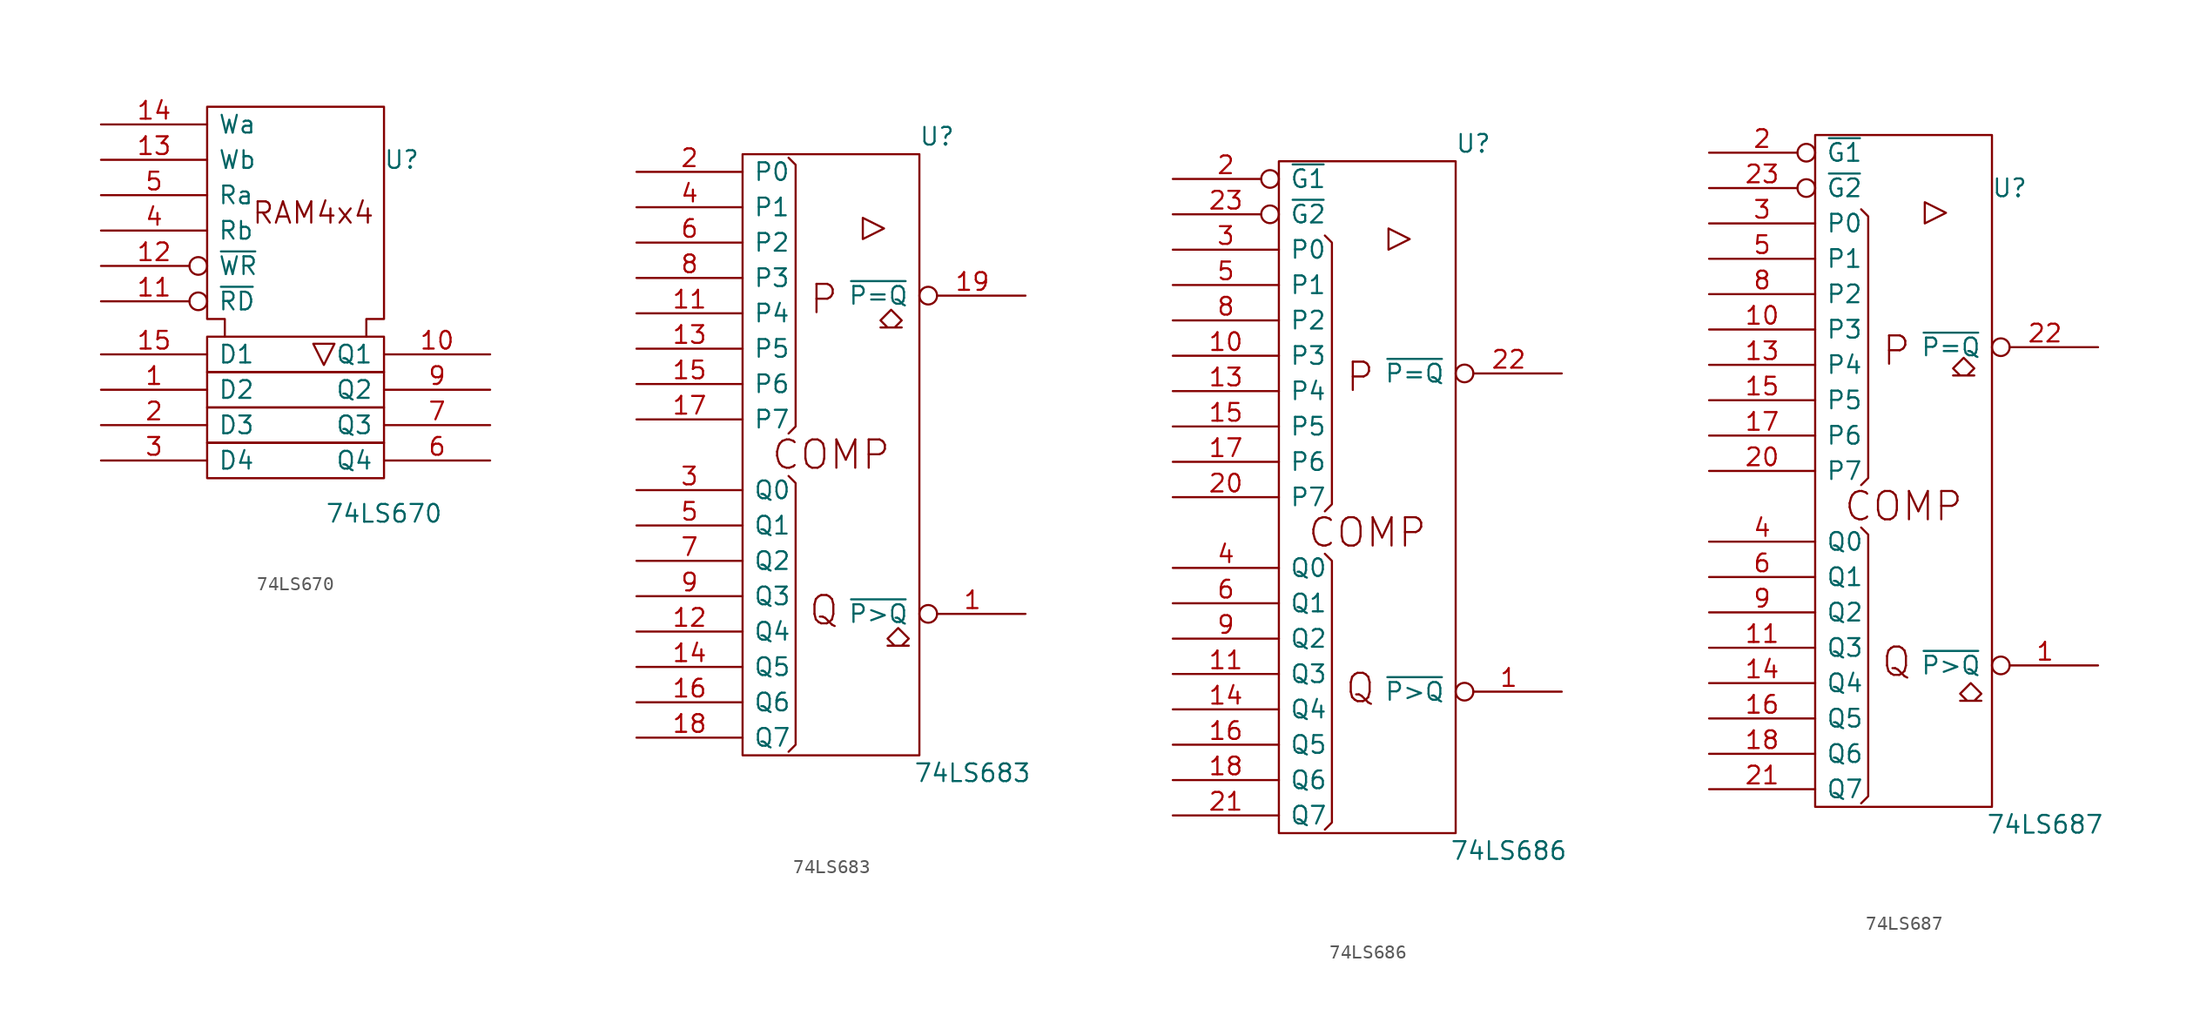
<source format=kicad_sym>
(kicad_symbol_lib
  (version 20211014)
  (generator kicad_symbol_editor)
  (symbol "74LS670"
    (pin_names
      (offset 0.762))
    (property "Reference" "U"
      (at 7.62 10.16 0)
      (effects (font (size 1.27 1.27))))
    (property "Value" "74LS670"
      (at 6.35 -15.24 0)
      (effects (font (size 1.27 1.27))))
    (symbol "74LS670_0_0"
      (rectangle (start -6.35 -10.16) (end 6.35 -12.7) (stroke (width 0) (type default) (color 0 0 0 0)) (fill (type none)))
      (rectangle (start -6.35 -7.62) (end 6.35 -10.16) (stroke (width 0) (type default) (color 0 0 0 0)) (fill (type none)))
      (rectangle (start -6.35 -5.08) (end 6.35 -7.62) (stroke (width 0) (type default) (color 0 0 0 0)) (fill (type none)))
      (polyline (pts (xy 2.794 -3.048) (xy 1.27 -3.048) (xy 2.032 -4.572) (xy 2.794 -3.048) (xy 2.794 -3.048)) (stroke (width 0) (type default) (color 0 0 0 0)) (fill (type none)))
      (polyline (pts (xy -5.08 -2.54) (xy -5.08 -1.27) (xy -6.35 -1.27) (xy -6.35 13.97) (xy 6.35 13.97) (xy 6.35 -1.27) (xy 5.08 -1.27) (xy 5.08 -2.54) (xy 5.08 -2.54)) (stroke (width 0) (type default) (color 0 0 0 0)) (fill (type none)))
      (text "RAM4x4" (at 1.27 6.35 0) (effects (font (size 1.524 1.524))))
      (pin power_in line (at 3.81 13.97 270) (length 0) hide (name "VCC" (effects (font (size 1.27 1.27)))) (number "16" (effects (font (size 1.27 1.27)))))
      (pin power_in line (at 0 13.97 270) (length 0) hide (name "GND" (effects (font (size 1.27 1.27)))) (number "8" (effects (font (size 1.27 1.27))))))
    (symbol "74LS670_0_1"
      (rectangle (start -6.35 -2.54) (end 6.35 -5.08) (stroke (width 0) (type default) (color 0 0 0 0)) (fill (type none))))
    (symbol "74LS670_1_1"
      (pin input line (at -13.97 -6.35 0) (length 7.62) (name "D2" (effects (font (size 1.27 1.27)))) (number "1" (effects (font (size 1.27 1.27)))))
      (pin tri_state line (at 13.97 -3.81 180) (length 7.62) (name "Q1" (effects (font (size 1.27 1.27)))) (number "10" (effects (font (size 1.27 1.27)))))
      (pin input inverted (at -13.97 0 0) (length 7.62) (name "~{RD}" (effects (font (size 1.27 1.27)))) (number "11" (effects (font (size 1.27 1.27)))))
      (pin input inverted (at -13.97 2.54 0) (length 7.62) (name "~{WR}" (effects (font (size 1.27 1.27)))) (number "12" (effects (font (size 1.27 1.27)))))
      (pin input line (at -13.97 10.16 0) (length 7.62) (name "Wb" (effects (font (size 1.27 1.27)))) (number "13" (effects (font (size 1.27 1.27)))))
      (pin input line (at -13.97 12.7 0) (length 7.62) (name "Wa" (effects (font (size 1.27 1.27)))) (number "14" (effects (font (size 1.27 1.27)))))
      (pin input line (at -13.97 -3.81 0) (length 7.62) (name "D1" (effects (font (size 1.27 1.27)))) (number "15" (effects (font (size 1.27 1.27)))))
      (pin input line (at -13.97 -8.89 0) (length 7.62) (name "D3" (effects (font (size 1.27 1.27)))) (number "2" (effects (font (size 1.27 1.27)))))
      (pin input line (at -13.97 -11.43 0) (length 7.62) (name "D4" (effects (font (size 1.27 1.27)))) (number "3" (effects (font (size 1.27 1.27)))))
      (pin input line (at -13.97 5.08 0) (length 7.62) (name "Rb" (effects (font (size 1.27 1.27)))) (number "4" (effects (font (size 1.27 1.27)))))
      (pin input line (at -13.97 7.62 0) (length 7.62) (name "Ra" (effects (font (size 1.27 1.27)))) (number "5" (effects (font (size 1.27 1.27)))))
      (pin tri_state line (at 13.97 -11.43 180) (length 7.62) (name "Q4" (effects (font (size 1.27 1.27)))) (number "6" (effects (font (size 1.27 1.27)))))
      (pin tri_state line (at 13.97 -8.89 180) (length 7.62) (name "Q3" (effects (font (size 1.27 1.27)))) (number "7" (effects (font (size 1.27 1.27)))))
      (pin tri_state line (at 13.97 -6.35 180) (length 7.62) (name "Q2" (effects (font (size 1.27 1.27)))) (number "9" (effects (font (size 1.27 1.27)))))))
  (symbol "74LS683"
    (pin_names
      (offset 0.762))
    (property "Reference" "U"
      (at 7.62 22.86 0)
      (effects (font (size 1.27 1.27))))
    (property "Value" "74LS683"
      (at 10.16 -22.86 0)
      (effects (font (size 1.27 1.27))))
    (symbol "74LS683_0_0"
      (polyline (pts (xy 2.286 17.018) (xy 2.286 15.494) (xy 3.81 16.256) (xy 2.286 17.018) (xy 2.286 17.018)) (stroke (width 0) (type default) (color 0 0 0 0)) (fill (type none)))
      (polyline (pts (xy 4.318 10.414) (xy 5.08 9.652) (xy 4.572 9.144) (xy 5.08 9.144) (xy 3.556 9.144) (xy 4.064 9.144) (xy 3.556 9.652) (xy 4.318 10.414) (xy 4.318 10.414)) (stroke (width 0) (type default) (color 0 0 0 0)) (fill (type none)))
      (polyline (pts (xy 4.826 -12.446) (xy 5.588 -13.208) (xy 5.08 -13.716) (xy 5.588 -13.716) (xy 4.064 -13.716) (xy 4.572 -13.716) (xy 4.064 -13.208) (xy 4.826 -12.446) (xy 4.826 -12.446)) (stroke (width 0) (type default) (color 0 0 0 0)) (fill (type none)))
      (text "COMP" (at 0 0 0) (effects (font (size 2.032 2.032))))
      (text "P" (at -0.508 11.176 0) (effects (font (size 2.032 2.032))))
      (text "Q" (at -0.508 -11.176 0) (effects (font (size 2.032 2.032)))))
    (symbol "74LS683_0_1"
      (rectangle (start -6.35 21.59) (end 6.35 -21.59) (stroke (width 0) (type default) (color 0 0 0 0)) (fill (type none)))
      (polyline (pts (xy -3.048 -1.524) (xy -2.54 -2.032) (xy -2.54 -20.828) (xy -3.048 -21.336) (xy -3.048 -21.336)) (stroke (width 0) (type default) (color 0 0 0 0)) (fill (type none)))
      (polyline (pts (xy -3.048 21.336) (xy -2.54 20.828) (xy -2.54 2.032) (xy -3.048 1.524) (xy -3.048 1.524)) (stroke (width 0) (type default) (color 0 0 0 0)) (fill (type none))))
    (symbol "74LS683_1_1"
      (pin output inverted (at 13.97 -11.43 180) (length 7.62) (name "~{P>Q}" (effects (font (size 1.27 1.27)))) (number "1" (effects (font (size 1.27 1.27)))))
      (pin power_in line (at 0 -21.59 90) (length 0) hide (name "Gnd" (effects (font (size 1.27 1.27)))) (number "10" (effects (font (size 1.27 1.27)))))
      (pin input line (at -13.97 10.16 0) (length 7.62) (name "P4" (effects (font (size 1.27 1.27)))) (number "11" (effects (font (size 1.27 1.27)))))
      (pin input line (at -13.97 -12.7 0) (length 7.62) (name "Q4" (effects (font (size 1.27 1.27)))) (number "12" (effects (font (size 1.27 1.27)))))
      (pin input line (at -13.97 7.62 0) (length 7.62) (name "P5" (effects (font (size 1.27 1.27)))) (number "13" (effects (font (size 1.27 1.27)))))
      (pin input line (at -13.97 -15.24 0) (length 7.62) (name "Q5" (effects (font (size 1.27 1.27)))) (number "14" (effects (font (size 1.27 1.27)))))
      (pin input line (at -13.97 5.08 0) (length 7.62) (name "P6" (effects (font (size 1.27 1.27)))) (number "15" (effects (font (size 1.27 1.27)))))
      (pin input line (at -13.97 -17.78 0) (length 7.62) (name "Q6" (effects (font (size 1.27 1.27)))) (number "16" (effects (font (size 1.27 1.27)))))
      (pin input line (at -13.97 2.54 0) (length 7.62) (name "P7" (effects (font (size 1.27 1.27)))) (number "17" (effects (font (size 1.27 1.27)))))
      (pin input line (at -13.97 -20.32 0) (length 7.62) (name "Q7" (effects (font (size 1.27 1.27)))) (number "18" (effects (font (size 1.27 1.27)))))
      (pin output inverted (at 13.97 11.43 180) (length 7.62) (name "~{P=Q}" (effects (font (size 1.27 1.27)))) (number "19" (effects (font (size 1.27 1.27)))))
      (pin input line (at -13.97 20.32 0) (length 7.62) (name "P0" (effects (font (size 1.27 1.27)))) (number "2" (effects (font (size 1.27 1.27)))))
      (pin power_in line (at 0 21.59 270) (length 0) hide (name "Vcc" (effects (font (size 1.27 1.27)))) (number "20" (effects (font (size 1.27 1.27)))))
      (pin input line (at -13.97 -2.54 0) (length 7.62) (name "Q0" (effects (font (size 1.27 1.27)))) (number "3" (effects (font (size 1.27 1.27)))))
      (pin input line (at -13.97 17.78 0) (length 7.62) (name "P1" (effects (font (size 1.27 1.27)))) (number "4" (effects (font (size 1.27 1.27)))))
      (pin input line (at -13.97 -5.08 0) (length 7.62) (name "Q1" (effects (font (size 1.27 1.27)))) (number "5" (effects (font (size 1.27 1.27)))))
      (pin input line (at -13.97 15.24 0) (length 7.62) (name "P2" (effects (font (size 1.27 1.27)))) (number "6" (effects (font (size 1.27 1.27)))))
      (pin input line (at -13.97 -7.62 0) (length 7.62) (name "Q2" (effects (font (size 1.27 1.27)))) (number "7" (effects (font (size 1.27 1.27)))))
      (pin input line (at -13.97 12.7 0) (length 7.62) (name "P3" (effects (font (size 1.27 1.27)))) (number "8" (effects (font (size 1.27 1.27)))))
      (pin input line (at -13.97 -10.16 0) (length 7.62) (name "Q3" (effects (font (size 1.27 1.27)))) (number "9" (effects (font (size 1.27 1.27)))))))
  (symbol "74LS686"
    (pin_names
      (offset 0.762))
    (property "Reference" "U"
      (at 7.62 27.94 0)
      (effects (font (size 1.27 1.27))))
    (property "Value" "74LS686"
      (at 10.16 -22.86 0)
      (effects (font (size 1.27 1.27))))
    (symbol "74LS686_0_0"
      (rectangle (start -6.35 26.67) (end 6.35 -21.59) (stroke (width 0) (type default) (color 0 0 0 0)) (fill (type none)))
      (polyline (pts (xy 1.524 21.844) (xy 1.524 20.32) (xy 3.048 21.082) (xy 1.524 21.844) (xy 1.524 21.844)) (stroke (width 0) (type default) (color 0 0 0 0)) (fill (type none)))
      (text "COMP" (at 0 0 0) (effects (font (size 2.032 2.032))))
      (text "P" (at -0.508 11.176 0) (effects (font (size 2.032 2.032))))
      (text "Q" (at -0.508 -11.176 0) (effects (font (size 2.032 2.032)))))
    (symbol "74LS686_0_1"
      (polyline (pts (xy -3.048 -1.524) (xy -2.54 -2.032) (xy -2.54 -20.828) (xy -3.048 -21.336) (xy -3.048 -21.336)) (stroke (width 0) (type default) (color 0 0 0 0)) (fill (type none)))
      (polyline (pts (xy -3.048 21.336) (xy -2.54 20.828) (xy -2.54 2.032) (xy -3.048 1.524) (xy -3.048 1.524)) (stroke (width 0) (type default) (color 0 0 0 0)) (fill (type none))))
    (symbol "74LS686_1_1"
      (pin output inverted (at 13.97 -11.43 180) (length 7.62) (name "~{P>Q}" (effects (font (size 1.27 1.27)))) (number "1" (effects (font (size 1.27 1.27)))))
      (pin input line (at -13.97 12.7 0) (length 7.62) (name "P3" (effects (font (size 1.27 1.27)))) (number "10" (effects (font (size 1.27 1.27)))))
      (pin input line (at -13.97 -10.16 0) (length 7.62) (name "Q3" (effects (font (size 1.27 1.27)))) (number "11" (effects (font (size 1.27 1.27)))))
      (pin power_in line (at 0 -21.59 90) (length 0) hide (name "Gnd" (effects (font (size 1.27 1.27)))) (number "12" (effects (font (size 1.27 1.27)))))
      (pin input line (at -13.97 10.16 0) (length 7.62) (name "P4" (effects (font (size 1.27 1.27)))) (number "13" (effects (font (size 1.27 1.27)))))
      (pin input line (at -13.97 -12.7 0) (length 7.62) (name "Q4" (effects (font (size 1.27 1.27)))) (number "14" (effects (font (size 1.27 1.27)))))
      (pin input line (at -13.97 7.62 0) (length 7.62) (name "P5" (effects (font (size 1.27 1.27)))) (number "15" (effects (font (size 1.27 1.27)))))
      (pin input line (at -13.97 -15.24 0) (length 7.62) (name "Q5" (effects (font (size 1.27 1.27)))) (number "16" (effects (font (size 1.27 1.27)))))
      (pin input line (at -13.97 5.08 0) (length 7.62) (name "P6" (effects (font (size 1.27 1.27)))) (number "17" (effects (font (size 1.27 1.27)))))
      (pin input line (at -13.97 -17.78 0) (length 7.62) (name "Q6" (effects (font (size 1.27 1.27)))) (number "18" (effects (font (size 1.27 1.27)))))
      (pin input inverted (at -13.97 25.4 0) (length 7.62) (name "~{G1}" (effects (font (size 1.27 1.27)))) (number "2" (effects (font (size 1.27 1.27)))))
      (pin input line (at -13.97 2.54 0) (length 7.62) (name "P7" (effects (font (size 1.27 1.27)))) (number "20" (effects (font (size 1.27 1.27)))))
      (pin input line (at -13.97 -20.32 0) (length 7.62) (name "Q7" (effects (font (size 1.27 1.27)))) (number "21" (effects (font (size 1.27 1.27)))))
      (pin output inverted (at 13.97 11.43 180) (length 7.62) (name "~{P=Q}" (effects (font (size 1.27 1.27)))) (number "22" (effects (font (size 1.27 1.27)))))
      (pin input inverted (at -13.97 22.86 0) (length 7.62) (name "~{G2}" (effects (font (size 1.27 1.27)))) (number "23" (effects (font (size 1.27 1.27)))))
      (pin power_in line (at 0 26.67 270) (length 0) hide (name "Vcc" (effects (font (size 1.27 1.27)))) (number "24" (effects (font (size 1.27 1.27)))))
      (pin input line (at -13.97 20.32 0) (length 7.62) (name "P0" (effects (font (size 1.27 1.27)))) (number "3" (effects (font (size 1.27 1.27)))))
      (pin input line (at -13.97 -2.54 0) (length 7.62) (name "Q0" (effects (font (size 1.27 1.27)))) (number "4" (effects (font (size 1.27 1.27)))))
      (pin input line (at -13.97 17.78 0) (length 7.62) (name "P1" (effects (font (size 1.27 1.27)))) (number "5" (effects (font (size 1.27 1.27)))))
      (pin input line (at -13.97 -5.08 0) (length 7.62) (name "Q1" (effects (font (size 1.27 1.27)))) (number "6" (effects (font (size 1.27 1.27)))))
      (pin input line (at -13.97 15.24 0) (length 7.62) (name "P2" (effects (font (size 1.27 1.27)))) (number "8" (effects (font (size 1.27 1.27)))))
      (pin input line (at -13.97 -7.62 0) (length 7.62) (name "Q2" (effects (font (size 1.27 1.27)))) (number "9" (effects (font (size 1.27 1.27)))))))
  (symbol "74LS687"
    (pin_names
      (offset 0.762))
    (property "Reference" "U"
      (at 7.62 22.86 0)
      (effects (font (size 1.27 1.27))))
    (property "Value" "74LS687"
      (at 10.16 -22.86 0)
      (effects (font (size 1.27 1.27))))
    (symbol "74LS687_0_0"
      (rectangle (start -6.35 26.67) (end 6.35 -21.59) (stroke (width 0) (type default) (color 0 0 0 0)) (fill (type none)))
      (polyline (pts (xy 1.524 21.844) (xy 1.524 20.32) (xy 3.048 21.082) (xy 1.524 21.844) (xy 1.524 21.844)) (stroke (width 0) (type default) (color 0 0 0 0)) (fill (type none)))
      (polyline (pts (xy 4.318 10.668) (xy 5.08 9.906) (xy 4.572 9.398) (xy 5.08 9.398) (xy 3.556 9.398) (xy 4.064 9.398) (xy 3.556 9.906) (xy 4.318 10.668) (xy 4.318 10.668)) (stroke (width 0) (type default) (color 0 0 0 0)) (fill (type none)))
      (polyline (pts (xy 4.826 -12.7) (xy 5.588 -13.462) (xy 5.08 -13.97) (xy 5.588 -13.97) (xy 4.064 -13.97) (xy 4.572 -13.97) (xy 4.064 -13.462) (xy 4.826 -12.7) (xy 4.826 -12.7)) (stroke (width 0) (type default) (color 0 0 0 0)) (fill (type none)))
      (text "COMP" (at 0 0 0) (effects (font (size 2.032 2.032))))
      (text "P" (at -0.508 11.176 0) (effects (font (size 2.032 2.032))))
      (text "Q" (at -0.508 -11.176 0) (effects (font (size 2.032 2.032)))))
    (symbol "74LS687_0_1"
      (polyline (pts (xy -3.048 -1.524) (xy -2.54 -2.032) (xy -2.54 -20.828) (xy -3.048 -21.336) (xy -3.048 -21.336)) (stroke (width 0) (type default) (color 0 0 0 0)) (fill (type none)))
      (polyline (pts (xy -3.048 21.336) (xy -2.54 20.828) (xy -2.54 2.032) (xy -3.048 1.524) (xy -3.048 1.524)) (stroke (width 0) (type default) (color 0 0 0 0)) (fill (type none))))
    (symbol "74LS687_1_1"
      (pin output inverted (at 13.97 -11.43 180) (length 7.62) (name "~{P>Q}" (effects (font (size 1.27 1.27)))) (number "1" (effects (font (size 1.27 1.27)))))
      (pin input line (at -13.97 12.7 0) (length 7.62) (name "P3" (effects (font (size 1.27 1.27)))) (number "10" (effects (font (size 1.27 1.27)))))
      (pin input line (at -13.97 -10.16 0) (length 7.62) (name "Q3" (effects (font (size 1.27 1.27)))) (number "11" (effects (font (size 1.27 1.27)))))
      (pin power_in line (at 0 -21.59 90) (length 0) hide (name "Gnd" (effects (font (size 1.27 1.27)))) (number "12" (effects (font (size 1.27 1.27)))))
      (pin input line (at -13.97 10.16 0) (length 7.62) (name "P4" (effects (font (size 1.27 1.27)))) (number "13" (effects (font (size 1.27 1.27)))))
      (pin input line (at -13.97 -12.7 0) (length 7.62) (name "Q4" (effects (font (size 1.27 1.27)))) (number "14" (effects (font (size 1.27 1.27)))))
      (pin input line (at -13.97 7.62 0) (length 7.62) (name "P5" (effects (font (size 1.27 1.27)))) (number "15" (effects (font (size 1.27 1.27)))))
      (pin input line (at -13.97 -15.24 0) (length 7.62) (name "Q5" (effects (font (size 1.27 1.27)))) (number "16" (effects (font (size 1.27 1.27)))))
      (pin input line (at -13.97 5.08 0) (length 7.62) (name "P6" (effects (font (size 1.27 1.27)))) (number "17" (effects (font (size 1.27 1.27)))))
      (pin input line (at -13.97 -17.78 0) (length 7.62) (name "Q6" (effects (font (size 1.27 1.27)))) (number "18" (effects (font (size 1.27 1.27)))))
      (pin input inverted (at -13.97 25.4 0) (length 7.62) (name "~{G1}" (effects (font (size 1.27 1.27)))) (number "2" (effects (font (size 1.27 1.27)))))
      (pin input line (at -13.97 2.54 0) (length 7.62) (name "P7" (effects (font (size 1.27 1.27)))) (number "20" (effects (font (size 1.27 1.27)))))
      (pin input line (at -13.97 -20.32 0) (length 7.62) (name "Q7" (effects (font (size 1.27 1.27)))) (number "21" (effects (font (size 1.27 1.27)))))
      (pin output inverted (at 13.97 11.43 180) (length 7.62) (name "~{P=Q}" (effects (font (size 1.27 1.27)))) (number "22" (effects (font (size 1.27 1.27)))))
      (pin input inverted (at -13.97 22.86 0) (length 7.62) (name "~{G2}" (effects (font (size 1.27 1.27)))) (number "23" (effects (font (size 1.27 1.27)))))
      (pin power_in line (at 0 26.67 270) (length 0) hide (name "Vcc" (effects (font (size 1.27 1.27)))) (number "24" (effects (font (size 1.27 1.27)))))
      (pin input line (at -13.97 20.32 0) (length 7.62) (name "P0" (effects (font (size 1.27 1.27)))) (number "3" (effects (font (size 1.27 1.27)))))
      (pin input line (at -13.97 -2.54 0) (length 7.62) (name "Q0" (effects (font (size 1.27 1.27)))) (number "4" (effects (font (size 1.27 1.27)))))
      (pin input line (at -13.97 17.78 0) (length 7.62) (name "P1" (effects (font (size 1.27 1.27)))) (number "5" (effects (font (size 1.27 1.27)))))
      (pin input line (at -13.97 -5.08 0) (length 7.62) (name "Q1" (effects (font (size 1.27 1.27)))) (number "6" (effects (font (size 1.27 1.27)))))
      (pin input line (at -13.97 15.24 0) (length 7.62) (name "P2" (effects (font (size 1.27 1.27)))) (number "8" (effects (font (size 1.27 1.27)))))
      (pin input line (at -13.97 -7.62 0) (length 7.62) (name "Q2" (effects (font (size 1.27 1.27)))) (number "9" (effects (font (size 1.27 1.27))))))))
</source>
